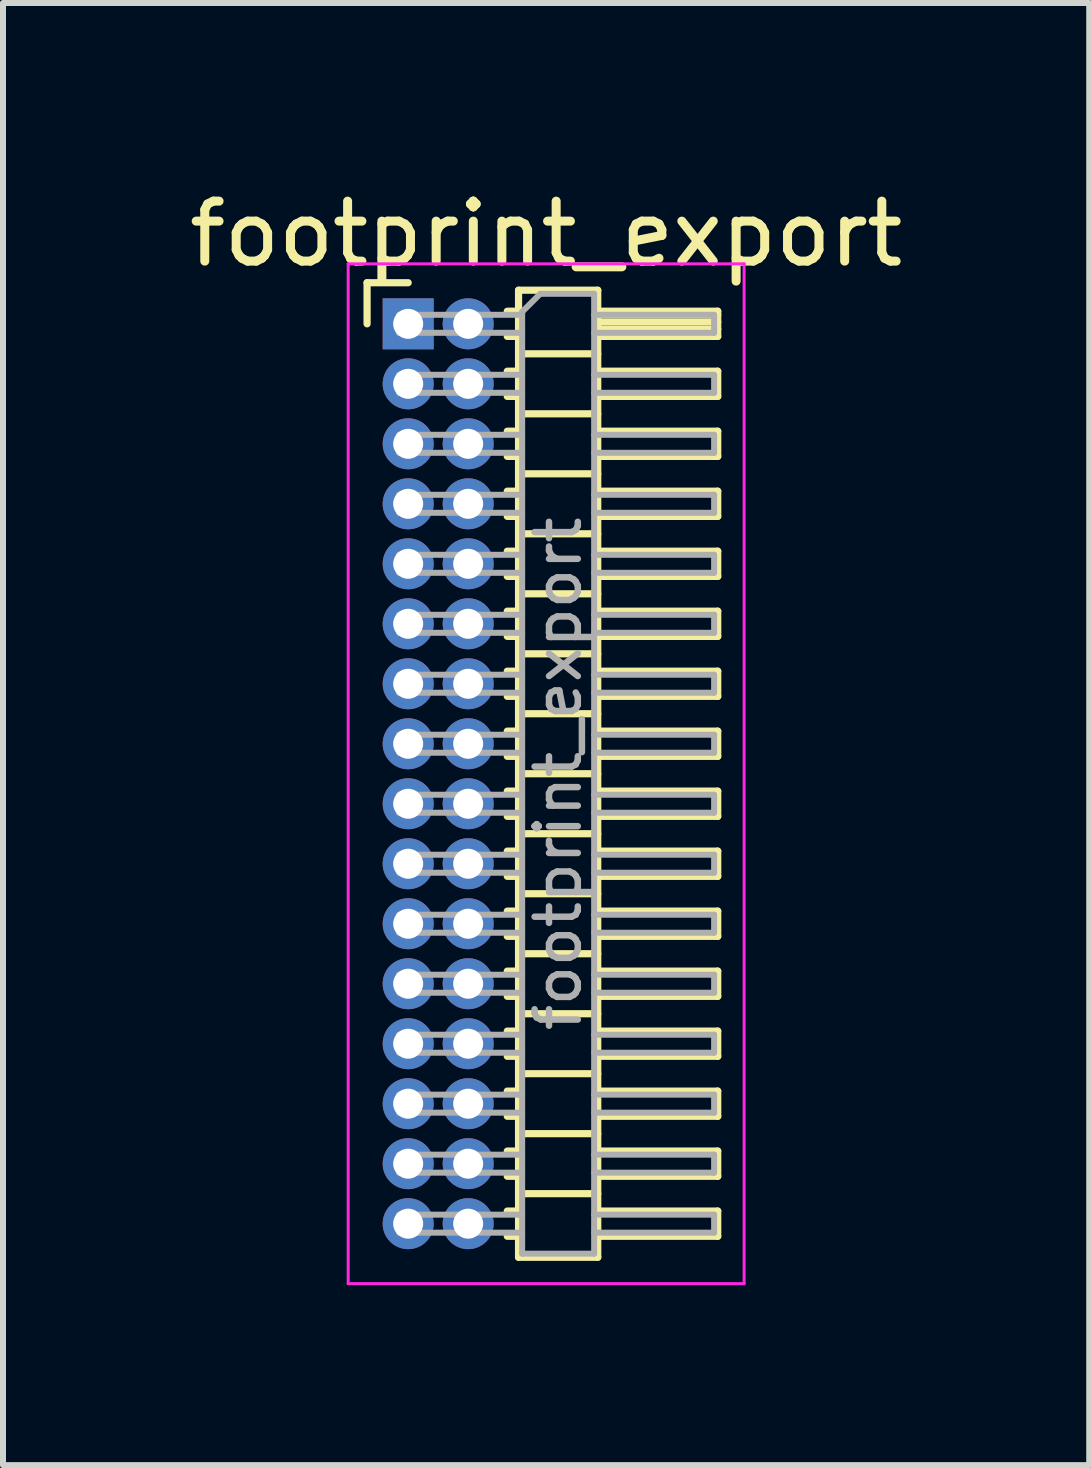
<source format=kicad_pcb>
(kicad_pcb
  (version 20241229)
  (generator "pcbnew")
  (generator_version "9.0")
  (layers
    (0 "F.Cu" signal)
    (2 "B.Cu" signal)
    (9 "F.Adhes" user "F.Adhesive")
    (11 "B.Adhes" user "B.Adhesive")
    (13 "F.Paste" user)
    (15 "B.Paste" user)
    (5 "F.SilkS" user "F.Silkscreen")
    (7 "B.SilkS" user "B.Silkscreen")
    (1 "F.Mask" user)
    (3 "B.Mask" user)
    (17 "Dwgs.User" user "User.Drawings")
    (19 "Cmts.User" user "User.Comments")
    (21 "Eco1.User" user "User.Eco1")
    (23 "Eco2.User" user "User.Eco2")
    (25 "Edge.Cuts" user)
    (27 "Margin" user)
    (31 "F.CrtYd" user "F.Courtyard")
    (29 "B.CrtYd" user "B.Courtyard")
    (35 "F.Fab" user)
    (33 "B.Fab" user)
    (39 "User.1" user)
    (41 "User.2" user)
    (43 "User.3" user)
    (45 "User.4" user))
  (footprint "footprint_export"
    (layer "F.Cu")
    (at 3.754 2.348)
    (property "Reference" "footprint_export" (at 2.3 -1.5 0) (layer "F.SilkS") (effects (font (size 1 1) (thickness 0.15))))
    (attr through_hole)
    (fp_line (start -0.685 -0.685) (end 0 -0.685) (stroke (width 0.12) (type solid)) (layer "F.SilkS"))
    (fp_line (start -0.685 0) (end -0.685 -0.685) (stroke (width 0.12) (type solid)) (layer "F.SilkS"))
    (fp_line (start 1.652 -0.21) (end 1.84 -0.21) (stroke (width 0.12) (type solid)) (layer "F.SilkS"))
    (fp_line (start 1.652 0.21) (end 1.84 0.21) (stroke (width 0.12) (type solid)) (layer "F.SilkS"))
    (fp_line (start 1.652 0.79) (end 1.84 0.79) (stroke (width 0.12) (type solid)) (layer "F.SilkS"))
    (fp_line (start 1.652 1.21) (end 1.84 1.21) (stroke (width 0.12) (type solid)) (layer "F.SilkS"))
    (fp_line (start 1.652 1.79) (end 1.84 1.79) (stroke (width 0.12) (type solid)) (layer "F.SilkS"))
    (fp_line (start 1.652 2.21) (end 1.84 2.21) (stroke (width 0.12) (type solid)) (layer "F.SilkS"))
    (fp_line (start 1.652 2.79) (end 1.84 2.79) (stroke (width 0.12) (type solid)) (layer "F.SilkS"))
    (fp_line (start 1.652 3.21) (end 1.84 3.21) (stroke (width 0.12) (type solid)) (layer "F.SilkS"))
    (fp_line (start 1.652 3.79) (end 1.84 3.79) (stroke (width 0.12) (type solid)) (layer "F.SilkS"))
    (fp_line (start 1.652 4.21) (end 1.84 4.21) (stroke (width 0.12) (type solid)) (layer "F.SilkS"))
    (fp_line (start 1.652 4.79) (end 1.84 4.79) (stroke (width 0.12) (type solid)) (layer "F.SilkS"))
    (fp_line (start 1.652 5.21) (end 1.84 5.21) (stroke (width 0.12) (type solid)) (layer "F.SilkS"))
    (fp_line (start 1.652 5.79) (end 1.84 5.79) (stroke (width 0.12) (type solid)) (layer "F.SilkS"))
    (fp_line (start 1.652 6.21) (end 1.84 6.21) (stroke (width 0.12) (type solid)) (layer "F.SilkS"))
    (fp_line (start 1.652 6.79) (end 1.84 6.79) (stroke (width 0.12) (type solid)) (layer "F.SilkS"))
    (fp_line (start 1.652 7.21) (end 1.84 7.21) (stroke (width 0.12) (type solid)) (layer "F.SilkS"))
    (fp_line (start 1.652 7.79) (end 1.84 7.79) (stroke (width 0.12) (type solid)) (layer "F.SilkS"))
    (fp_line (start 1.652 8.21) (end 1.84 8.21) (stroke (width 0.12) (type solid)) (layer "F.SilkS"))
    (fp_line (start 1.652 8.79) (end 1.84 8.79) (stroke (width 0.12) (type solid)) (layer "F.SilkS"))
    (fp_line (start 1.652 9.21) (end 1.84 9.21) (stroke (width 0.12) (type solid)) (layer "F.SilkS"))
    (fp_line (start 1.652 9.79) (end 1.84 9.79) (stroke (width 0.12) (type solid)) (layer "F.SilkS"))
    (fp_line (start 1.652 10.21) (end 1.84 10.21) (stroke (width 0.12) (type solid)) (layer "F.SilkS"))
    (fp_line (start 1.652 10.79) (end 1.84 10.79) (stroke (width 0.12) (type solid)) (layer "F.SilkS"))
    (fp_line (start 1.652 11.21) (end 1.84 11.21) (stroke (width 0.12) (type solid)) (layer "F.SilkS"))
    (fp_line (start 1.652 11.79) (end 1.84 11.79) (stroke (width 0.12) (type solid)) (layer "F.SilkS"))
    (fp_line (start 1.652 12.21) (end 1.84 12.21) (stroke (width 0.12) (type solid)) (layer "F.SilkS"))
    (fp_line (start 1.652 12.79) (end 1.84 12.79) (stroke (width 0.12) (type solid)) (layer "F.SilkS"))
    (fp_line (start 1.652 13.21) (end 1.84 13.21) (stroke (width 0.12) (type solid)) (layer "F.SilkS"))
    (fp_line (start 1.652 13.79) (end 1.84 13.79) (stroke (width 0.12) (type solid)) (layer "F.SilkS"))
    (fp_line (start 1.652 14.21) (end 1.84 14.21) (stroke (width 0.12) (type solid)) (layer "F.SilkS"))
    (fp_line (start 1.652 14.79) (end 1.84 14.79) (stroke (width 0.12) (type solid)) (layer "F.SilkS"))
    (fp_line (start 1.652 15.21) (end 1.84 15.21) (stroke (width 0.12) (type solid)) (layer "F.SilkS"))
    (fp_line (start 1.84 -0.56) (end 1.84 15.56) (stroke (width 0.12) (type solid)) (layer "F.SilkS"))
    (fp_line (start 1.84 0.5) (end 3.16 0.5) (stroke (width 0.12) (type solid)) (layer "F.SilkS"))
    (fp_line (start 1.84 1.5) (end 3.16 1.5) (stroke (width 0.12) (type solid)) (layer "F.SilkS"))
    (fp_line (start 1.84 2.5) (end 3.16 2.5) (stroke (width 0.12) (type solid)) (layer "F.SilkS"))
    (fp_line (start 1.84 3.5) (end 3.16 3.5) (stroke (width 0.12) (type solid)) (layer "F.SilkS"))
    (fp_line (start 1.84 4.5) (end 3.16 4.5) (stroke (width 0.12) (type solid)) (layer "F.SilkS"))
    (fp_line (start 1.84 5.5) (end 3.16 5.5) (stroke (width 0.12) (type solid)) (layer "F.SilkS"))
    (fp_line (start 1.84 6.5) (end 3.16 6.5) (stroke (width 0.12) (type solid)) (layer "F.SilkS"))
    (fp_line (start 1.84 7.5) (end 3.16 7.5) (stroke (width 0.12) (type solid)) (layer "F.SilkS"))
    (fp_line (start 1.84 8.5) (end 3.16 8.5) (stroke (width 0.12) (type solid)) (layer "F.SilkS"))
    (fp_line (start 1.84 9.5) (end 3.16 9.5) (stroke (width 0.12) (type solid)) (layer "F.SilkS"))
    (fp_line (start 1.84 10.5) (end 3.16 10.5) (stroke (width 0.12) (type solid)) (layer "F.SilkS"))
    (fp_line (start 1.84 11.5) (end 3.16 11.5) (stroke (width 0.12) (type solid)) (layer "F.SilkS"))
    (fp_line (start 1.84 12.5) (end 3.16 12.5) (stroke (width 0.12) (type solid)) (layer "F.SilkS"))
    (fp_line (start 1.84 13.5) (end 3.16 13.5) (stroke (width 0.12) (type solid)) (layer "F.SilkS"))
    (fp_line (start 1.84 14.5) (end 3.16 14.5) (stroke (width 0.12) (type solid)) (layer "F.SilkS"))
    (fp_line (start 1.84 15.56) (end 3.16 15.56) (stroke (width 0.12) (type solid)) (layer "F.SilkS"))
    (fp_line (start 3.16 -0.56) (end 1.84 -0.56) (stroke (width 0.12) (type solid)) (layer "F.SilkS"))
    (fp_line (start 3.16 -0.21) (end 5.16 -0.21) (stroke (width 0.12) (type solid)) (layer "F.SilkS"))
    (fp_line (start 3.16 -0.15) (end 5.16 -0.15) (stroke (width 0.12) (type solid)) (layer "F.SilkS"))
    (fp_line (start 3.16 -0.03) (end 5.16 -0.03) (stroke (width 0.12) (type solid)) (layer "F.SilkS"))
    (fp_line (start 3.16 0.09) (end 5.16 0.09) (stroke (width 0.12) (type solid)) (layer "F.SilkS"))
    (fp_line (start 3.16 0.79) (end 5.16 0.79) (stroke (width 0.12) (type solid)) (layer "F.SilkS"))
    (fp_line (start 3.16 1.79) (end 5.16 1.79) (stroke (width 0.12) (type solid)) (layer "F.SilkS"))
    (fp_line (start 3.16 2.79) (end 5.16 2.79) (stroke (width 0.12) (type solid)) (layer "F.SilkS"))
    (fp_line (start 3.16 3.79) (end 5.16 3.79) (stroke (width 0.12) (type solid)) (layer "F.SilkS"))
    (fp_line (start 3.16 4.79) (end 5.16 4.79) (stroke (width 0.12) (type solid)) (layer "F.SilkS"))
    (fp_line (start 3.16 5.79) (end 5.16 5.79) (stroke (width 0.12) (type solid)) (layer "F.SilkS"))
    (fp_line (start 3.16 6.79) (end 5.16 6.79) (stroke (width 0.12) (type solid)) (layer "F.SilkS"))
    (fp_line (start 3.16 7.79) (end 5.16 7.79) (stroke (width 0.12) (type solid)) (layer "F.SilkS"))
    (fp_line (start 3.16 8.79) (end 5.16 8.79) (stroke (width 0.12) (type solid)) (layer "F.SilkS"))
    (fp_line (start 3.16 9.79) (end 5.16 9.79) (stroke (width 0.12) (type solid)) (layer "F.SilkS"))
    (fp_line (start 3.16 10.79) (end 5.16 10.79) (stroke (width 0.12) (type solid)) (layer "F.SilkS"))
    (fp_line (start 3.16 11.79) (end 5.16 11.79) (stroke (width 0.12) (type solid)) (layer "F.SilkS"))
    (fp_line (start 3.16 12.79) (end 5.16 12.79) (stroke (width 0.12) (type solid)) (layer "F.SilkS"))
    (fp_line (start 3.16 13.79) (end 5.16 13.79) (stroke (width 0.12) (type solid)) (layer "F.SilkS"))
    (fp_line (start 3.16 14.79) (end 5.16 14.79) (stroke (width 0.12) (type solid)) (layer "F.SilkS"))
    (fp_line (start 3.16 15.56) (end 3.16 -0.56) (stroke (width 0.12) (type solid)) (layer "F.SilkS"))
    (fp_line (start 5.16 -0.21) (end 5.16 0.21) (stroke (width 0.12) (type solid)) (layer "F.SilkS"))
    (fp_line (start 5.16 0.21) (end 3.16 0.21) (stroke (width 0.12) (type solid)) (layer "F.SilkS"))
    (fp_line (start 5.16 0.79) (end 5.16 1.21) (stroke (width 0.12) (type solid)) (layer "F.SilkS"))
    (fp_line (start 5.16 1.21) (end 3.16 1.21) (stroke (width 0.12) (type solid)) (layer "F.SilkS"))
    (fp_line (start 5.16 1.79) (end 5.16 2.21) (stroke (width 0.12) (type solid)) (layer "F.SilkS"))
    (fp_line (start 5.16 2.21) (end 3.16 2.21) (stroke (width 0.12) (type solid)) (layer "F.SilkS"))
    (fp_line (start 5.16 2.79) (end 5.16 3.21) (stroke (width 0.12) (type solid)) (layer "F.SilkS"))
    (fp_line (start 5.16 3.21) (end 3.16 3.21) (stroke (width 0.12) (type solid)) (layer "F.SilkS"))
    (fp_line (start 5.16 3.79) (end 5.16 4.21) (stroke (width 0.12) (type solid)) (layer "F.SilkS"))
    (fp_line (start 5.16 4.21) (end 3.16 4.21) (stroke (width 0.12) (type solid)) (layer "F.SilkS"))
    (fp_line (start 5.16 4.79) (end 5.16 5.21) (stroke (width 0.12) (type solid)) (layer "F.SilkS"))
    (fp_line (start 5.16 5.21) (end 3.16 5.21) (stroke (width 0.12) (type solid)) (layer "F.SilkS"))
    (fp_line (start 5.16 5.79) (end 5.16 6.21) (stroke (width 0.12) (type solid)) (layer "F.SilkS"))
    (fp_line (start 5.16 6.21) (end 3.16 6.21) (stroke (width 0.12) (type solid)) (layer "F.SilkS"))
    (fp_line (start 5.16 6.79) (end 5.16 7.21) (stroke (width 0.12) (type solid)) (layer "F.SilkS"))
    (fp_line (start 5.16 7.21) (end 3.16 7.21) (stroke (width 0.12) (type solid)) (layer "F.SilkS"))
    (fp_line (start 5.16 7.79) (end 5.16 8.21) (stroke (width 0.12) (type solid)) (layer "F.SilkS"))
    (fp_line (start 5.16 8.21) (end 3.16 8.21) (stroke (width 0.12) (type solid)) (layer "F.SilkS"))
    (fp_line (start 5.16 8.79) (end 5.16 9.21) (stroke (width 0.12) (type solid)) (layer "F.SilkS"))
    (fp_line (start 5.16 9.21) (end 3.16 9.21) (stroke (width 0.12) (type solid)) (layer "F.SilkS"))
    (fp_line (start 5.16 9.79) (end 5.16 10.21) (stroke (width 0.12) (type solid)) (layer "F.SilkS"))
    (fp_line (start 5.16 10.21) (end 3.16 10.21) (stroke (width 0.12) (type solid)) (layer "F.SilkS"))
    (fp_line (start 5.16 10.79) (end 5.16 11.21) (stroke (width 0.12) (type solid)) (layer "F.SilkS"))
    (fp_line (start 5.16 11.21) (end 3.16 11.21) (stroke (width 0.12) (type solid)) (layer "F.SilkS"))
    (fp_line (start 5.16 11.79) (end 5.16 12.21) (stroke (width 0.12) (type solid)) (layer "F.SilkS"))
    (fp_line (start 5.16 12.21) (end 3.16 12.21) (stroke (width 0.12) (type solid)) (layer "F.SilkS"))
    (fp_line (start 5.16 12.79) (end 5.16 13.21) (stroke (width 0.12) (type solid)) (layer "F.SilkS"))
    (fp_line (start 5.16 13.21) (end 3.16 13.21) (stroke (width 0.12) (type solid)) (layer "F.SilkS"))
    (fp_line (start 5.16 13.79) (end 5.16 14.21) (stroke (width 0.12) (type solid)) (layer "F.SilkS"))
    (fp_line (start 5.16 14.21) (end 3.16 14.21) (stroke (width 0.12) (type solid)) (layer "F.SilkS"))
    (fp_line (start 5.16 14.79) (end 5.16 15.21) (stroke (width 0.12) (type solid)) (layer "F.SilkS"))
    (fp_line (start 5.16 15.21) (end 3.16 15.21) (stroke (width 0.12) (type solid)) (layer "F.SilkS"))
    (fp_line (start -1 -1) (end -1 16) (stroke (width 0.05) (type solid)) (layer "F.CrtYd"))
    (fp_line (start -1 16) (end 5.6 16) (stroke (width 0.05) (type solid)) (layer "F.CrtYd"))
    (fp_line (start 5.6 -1) (end -1 -1) (stroke (width 0.05) (type solid)) (layer "F.CrtYd"))
    (fp_line (start 5.6 16) (end 5.6 -1) (stroke (width 0.05) (type solid)) (layer "F.CrtYd"))
    (fp_line (start -0.15 -0.15) (end -0.15 0.15) (stroke (width 0.1) (type solid)) (layer "F.Fab"))
    (fp_line (start -0.15 -0.15) (end 1.9 -0.15) (stroke (width 0.1) (type solid)) (layer "F.Fab"))
    (fp_line (start -0.15 0.15) (end 1.9 0.15) (stroke (width 0.1) (type solid)) (layer "F.Fab"))
    (fp_line (start -0.15 0.85) (end -0.15 1.15) (stroke (width 0.1) (type solid)) (layer "F.Fab"))
    (fp_line (start -0.15 0.85) (end 1.9 0.85) (stroke (width 0.1) (type solid)) (layer "F.Fab"))
    (fp_line (start -0.15 1.15) (end 1.9 1.15) (stroke (width 0.1) (type solid)) (layer "F.Fab"))
    (fp_line (start -0.15 1.85) (end -0.15 2.15) (stroke (width 0.1) (type solid)) (layer "F.Fab"))
    (fp_line (start -0.15 1.85) (end 1.9 1.85) (stroke (width 0.1) (type solid)) (layer "F.Fab"))
    (fp_line (start -0.15 2.15) (end 1.9 2.15) (stroke (width 0.1) (type solid)) (layer "F.Fab"))
    (fp_line (start -0.15 2.85) (end -0.15 3.15) (stroke (width 0.1) (type solid)) (layer "F.Fab"))
    (fp_line (start -0.15 2.85) (end 1.9 2.85) (stroke (width 0.1) (type solid)) (layer "F.Fab"))
    (fp_line (start -0.15 3.15) (end 1.9 3.15) (stroke (width 0.1) (type solid)) (layer "F.Fab"))
    (fp_line (start -0.15 3.85) (end -0.15 4.15) (stroke (width 0.1) (type solid)) (layer "F.Fab"))
    (fp_line (start -0.15 3.85) (end 1.9 3.85) (stroke (width 0.1) (type solid)) (layer "F.Fab"))
    (fp_line (start -0.15 4.15) (end 1.9 4.15) (stroke (width 0.1) (type solid)) (layer "F.Fab"))
    (fp_line (start -0.15 4.85) (end -0.15 5.15) (stroke (width 0.1) (type solid)) (layer "F.Fab"))
    (fp_line (start -0.15 4.85) (end 1.9 4.85) (stroke (width 0.1) (type solid)) (layer "F.Fab"))
    (fp_line (start -0.15 5.15) (end 1.9 5.15) (stroke (width 0.1) (type solid)) (layer "F.Fab"))
    (fp_line (start -0.15 5.85) (end -0.15 6.15) (stroke (width 0.1) (type solid)) (layer "F.Fab"))
    (fp_line (start -0.15 5.85) (end 1.9 5.85) (stroke (width 0.1) (type solid)) (layer "F.Fab"))
    (fp_line (start -0.15 6.15) (end 1.9 6.15) (stroke (width 0.1) (type solid)) (layer "F.Fab"))
    (fp_line (start -0.15 6.85) (end -0.15 7.15) (stroke (width 0.1) (type solid)) (layer "F.Fab"))
    (fp_line (start -0.15 6.85) (end 1.9 6.85) (stroke (width 0.1) (type solid)) (layer "F.Fab"))
    (fp_line (start -0.15 7.15) (end 1.9 7.15) (stroke (width 0.1) (type solid)) (layer "F.Fab"))
    (fp_line (start -0.15 7.85) (end -0.15 8.15) (stroke (width 0.1) (type solid)) (layer "F.Fab"))
    (fp_line (start -0.15 7.85) (end 1.9 7.85) (stroke (width 0.1) (type solid)) (layer "F.Fab"))
    (fp_line (start -0.15 8.15) (end 1.9 8.15) (stroke (width 0.1) (type solid)) (layer "F.Fab"))
    (fp_line (start -0.15 8.85) (end -0.15 9.15) (stroke (width 0.1) (type solid)) (layer "F.Fab"))
    (fp_line (start -0.15 8.85) (end 1.9 8.85) (stroke (width 0.1) (type solid)) (layer "F.Fab"))
    (fp_line (start -0.15 9.15) (end 1.9 9.15) (stroke (width 0.1) (type solid)) (layer "F.Fab"))
    (fp_line (start -0.15 9.85) (end -0.15 10.15) (stroke (width 0.1) (type solid)) (layer "F.Fab"))
    (fp_line (start -0.15 9.85) (end 1.9 9.85) (stroke (width 0.1) (type solid)) (layer "F.Fab"))
    (fp_line (start -0.15 10.15) (end 1.9 10.15) (stroke (width 0.1) (type solid)) (layer "F.Fab"))
    (fp_line (start -0.15 10.85) (end -0.15 11.15) (stroke (width 0.1) (type solid)) (layer "F.Fab"))
    (fp_line (start -0.15 10.85) (end 1.9 10.85) (stroke (width 0.1) (type solid)) (layer "F.Fab"))
    (fp_line (start -0.15 11.15) (end 1.9 11.15) (stroke (width 0.1) (type solid)) (layer "F.Fab"))
    (fp_line (start -0.15 11.85) (end -0.15 12.15) (stroke (width 0.1) (type solid)) (layer "F.Fab"))
    (fp_line (start -0.15 11.85) (end 1.9 11.85) (stroke (width 0.1) (type solid)) (layer "F.Fab"))
    (fp_line (start -0.15 12.15) (end 1.9 12.15) (stroke (width 0.1) (type solid)) (layer "F.Fab"))
    (fp_line (start -0.15 12.85) (end -0.15 13.15) (stroke (width 0.1) (type solid)) (layer "F.Fab"))
    (fp_line (start -0.15 12.85) (end 1.9 12.85) (stroke (width 0.1) (type solid)) (layer "F.Fab"))
    (fp_line (start -0.15 13.15) (end 1.9 13.15) (stroke (width 0.1) (type solid)) (layer "F.Fab"))
    (fp_line (start -0.15 13.85) (end -0.15 14.15) (stroke (width 0.1) (type solid)) (layer "F.Fab"))
    (fp_line (start -0.15 13.85) (end 1.9 13.85) (stroke (width 0.1) (type solid)) (layer "F.Fab"))
    (fp_line (start -0.15 14.15) (end 1.9 14.15) (stroke (width 0.1) (type solid)) (layer "F.Fab"))
    (fp_line (start -0.15 14.85) (end -0.15 15.15) (stroke (width 0.1) (type solid)) (layer "F.Fab"))
    (fp_line (start -0.15 14.85) (end 1.9 14.85) (stroke (width 0.1) (type solid)) (layer "F.Fab"))
    (fp_line (start -0.15 15.15) (end 1.9 15.15) (stroke (width 0.1) (type solid)) (layer "F.Fab"))
    (fp_line (start 1.9 -0.2) (end 2.2 -0.5) (stroke (width 0.1) (type solid)) (layer "F.Fab"))
    (fp_line (start 1.9 15.5) (end 1.9 -0.2) (stroke (width 0.1) (type solid)) (layer "F.Fab"))
    (fp_line (start 2.2 -0.5) (end 3.1 -0.5) (stroke (width 0.1) (type solid)) (layer "F.Fab"))
    (fp_line (start 3.1 -0.5) (end 3.1 15.5) (stroke (width 0.1) (type solid)) (layer "F.Fab"))
    (fp_line (start 3.1 -0.15) (end 5.1 -0.15) (stroke (width 0.1) (type solid)) (layer "F.Fab"))
    (fp_line (start 3.1 0.15) (end 5.1 0.15) (stroke (width 0.1) (type solid)) (layer "F.Fab"))
    (fp_line (start 3.1 0.85) (end 5.1 0.85) (stroke (width 0.1) (type solid)) (layer "F.Fab"))
    (fp_line (start 3.1 1.15) (end 5.1 1.15) (stroke (width 0.1) (type solid)) (layer "F.Fab"))
    (fp_line (start 3.1 1.85) (end 5.1 1.85) (stroke (width 0.1) (type solid)) (layer "F.Fab"))
    (fp_line (start 3.1 2.15) (end 5.1 2.15) (stroke (width 0.1) (type solid)) (layer "F.Fab"))
    (fp_line (start 3.1 2.85) (end 5.1 2.85) (stroke (width 0.1) (type solid)) (layer "F.Fab"))
    (fp_line (start 3.1 3.15) (end 5.1 3.15) (stroke (width 0.1) (type solid)) (layer "F.Fab"))
    (fp_line (start 3.1 3.85) (end 5.1 3.85) (stroke (width 0.1) (type solid)) (layer "F.Fab"))
    (fp_line (start 3.1 4.15) (end 5.1 4.15) (stroke (width 0.1) (type solid)) (layer "F.Fab"))
    (fp_line (start 3.1 4.85) (end 5.1 4.85) (stroke (width 0.1) (type solid)) (layer "F.Fab"))
    (fp_line (start 3.1 5.15) (end 5.1 5.15) (stroke (width 0.1) (type solid)) (layer "F.Fab"))
    (fp_line (start 3.1 5.85) (end 5.1 5.85) (stroke (width 0.1) (type solid)) (layer "F.Fab"))
    (fp_line (start 3.1 6.15) (end 5.1 6.15) (stroke (width 0.1) (type solid)) (layer "F.Fab"))
    (fp_line (start 3.1 6.85) (end 5.1 6.85) (stroke (width 0.1) (type solid)) (layer "F.Fab"))
    (fp_line (start 3.1 7.15) (end 5.1 7.15) (stroke (width 0.1) (type solid)) (layer "F.Fab"))
    (fp_line (start 3.1 7.85) (end 5.1 7.85) (stroke (width 0.1) (type solid)) (layer "F.Fab"))
    (fp_line (start 3.1 8.15) (end 5.1 8.15) (stroke (width 0.1) (type solid)) (layer "F.Fab"))
    (fp_line (start 3.1 8.85) (end 5.1 8.85) (stroke (width 0.1) (type solid)) (layer "F.Fab"))
    (fp_line (start 3.1 9.15) (end 5.1 9.15) (stroke (width 0.1) (type solid)) (layer "F.Fab"))
    (fp_line (start 3.1 9.85) (end 5.1 9.85) (stroke (width 0.1) (type solid)) (layer "F.Fab"))
    (fp_line (start 3.1 10.15) (end 5.1 10.15) (stroke (width 0.1) (type solid)) (layer "F.Fab"))
    (fp_line (start 3.1 10.85) (end 5.1 10.85) (stroke (width 0.1) (type solid)) (layer "F.Fab"))
    (fp_line (start 3.1 11.15) (end 5.1 11.15) (stroke (width 0.1) (type solid)) (layer "F.Fab"))
    (fp_line (start 3.1 11.85) (end 5.1 11.85) (stroke (width 0.1) (type solid)) (layer "F.Fab"))
    (fp_line (start 3.1 12.15) (end 5.1 12.15) (stroke (width 0.1) (type solid)) (layer "F.Fab"))
    (fp_line (start 3.1 12.85) (end 5.1 12.85) (stroke (width 0.1) (type solid)) (layer "F.Fab"))
    (fp_line (start 3.1 13.15) (end 5.1 13.15) (stroke (width 0.1) (type solid)) (layer "F.Fab"))
    (fp_line (start 3.1 13.85) (end 5.1 13.85) (stroke (width 0.1) (type solid)) (layer "F.Fab"))
    (fp_line (start 3.1 14.15) (end 5.1 14.15) (stroke (width 0.1) (type solid)) (layer "F.Fab"))
    (fp_line (start 3.1 14.85) (end 5.1 14.85) (stroke (width 0.1) (type solid)) (layer "F.Fab"))
    (fp_line (start 3.1 15.15) (end 5.1 15.15) (stroke (width 0.1) (type solid)) (layer "F.Fab"))
    (fp_line (start 3.1 15.5) (end 1.9 15.5) (stroke (width 0.1) (type solid)) (layer "F.Fab"))
    (fp_line (start 5.1 -0.15) (end 5.1 0.15) (stroke (width 0.1) (type solid)) (layer "F.Fab"))
    (fp_line (start 5.1 0.85) (end 5.1 1.15) (stroke (width 0.1) (type solid)) (layer "F.Fab"))
    (fp_line (start 5.1 1.85) (end 5.1 2.15) (stroke (width 0.1) (type solid)) (layer "F.Fab"))
    (fp_line (start 5.1 2.85) (end 5.1 3.15) (stroke (width 0.1) (type solid)) (layer "F.Fab"))
    (fp_line (start 5.1 3.85) (end 5.1 4.15) (stroke (width 0.1) (type solid)) (layer "F.Fab"))
    (fp_line (start 5.1 4.85) (end 5.1 5.15) (stroke (width 0.1) (type solid)) (layer "F.Fab"))
    (fp_line (start 5.1 5.85) (end 5.1 6.15) (stroke (width 0.1) (type solid)) (layer "F.Fab"))
    (fp_line (start 5.1 6.85) (end 5.1 7.15) (stroke (width 0.1) (type solid)) (layer "F.Fab"))
    (fp_line (start 5.1 7.85) (end 5.1 8.15) (stroke (width 0.1) (type solid)) (layer "F.Fab"))
    (fp_line (start 5.1 8.85) (end 5.1 9.15) (stroke (width 0.1) (type solid)) (layer "F.Fab"))
    (fp_line (start 5.1 9.85) (end 5.1 10.15) (stroke (width 0.1) (type solid)) (layer "F.Fab"))
    (fp_line (start 5.1 10.85) (end 5.1 11.15) (stroke (width 0.1) (type solid)) (layer "F.Fab"))
    (fp_line (start 5.1 11.85) (end 5.1 12.15) (stroke (width 0.1) (type solid)) (layer "F.Fab"))
    (fp_line (start 5.1 12.85) (end 5.1 13.15) (stroke (width 0.1) (type solid)) (layer "F.Fab"))
    (fp_line (start 5.1 13.85) (end 5.1 14.15) (stroke (width 0.1) (type solid)) (layer "F.Fab"))
    (fp_line (start 5.1 14.85) (end 5.1 15.15) (stroke (width 0.1) (type solid)) (layer "F.Fab"))
    (fp_text user "${REFERENCE}" (at 2.5 7.5 90) (layer "F.Fab") (effects (font (size 0.72 0.72) (thickness 0.108))))
    (pad "1" thru_hole rect (at 0 0) (size 0.85 0.85) (drill 0.5) (layers "*.Cu" "*.Mask"))
    (pad "2" thru_hole oval (at 1 0) (size 0.85 0.85) (drill 0.5) (layers "*.Cu" "*.Mask"))
    (pad "3" thru_hole oval (at 0 1) (size 0.85 0.85) (drill 0.5) (layers "*.Cu" "*.Mask"))
    (pad "4" thru_hole oval (at 1 1) (size 0.85 0.85) (drill 0.5) (layers "*.Cu" "*.Mask"))
    (pad "5" thru_hole oval (at 0 2) (size 0.85 0.85) (drill 0.5) (layers "*.Cu" "*.Mask"))
    (pad "6" thru_hole oval (at 1 2) (size 0.85 0.85) (drill 0.5) (layers "*.Cu" "*.Mask"))
    (pad "7" thru_hole oval (at 0 3) (size 0.85 0.85) (drill 0.5) (layers "*.Cu" "*.Mask"))
    (pad "8" thru_hole oval (at 1 3) (size 0.85 0.85) (drill 0.5) (layers "*.Cu" "*.Mask"))
    (pad "9" thru_hole oval (at 0 4) (size 0.85 0.85) (drill 0.5) (layers "*.Cu" "*.Mask"))
    (pad "10" thru_hole oval (at 1 4) (size 0.85 0.85) (drill 0.5) (layers "*.Cu" "*.Mask"))
    (pad "11" thru_hole oval (at 0 5) (size 0.85 0.85) (drill 0.5) (layers "*.Cu" "*.Mask"))
    (pad "12" thru_hole oval (at 1 5) (size 0.85 0.85) (drill 0.5) (layers "*.Cu" "*.Mask"))
    (pad "13" thru_hole oval (at 0 6) (size 0.85 0.85) (drill 0.5) (layers "*.Cu" "*.Mask"))
    (pad "14" thru_hole oval (at 1 6) (size 0.85 0.85) (drill 0.5) (layers "*.Cu" "*.Mask"))
    (pad "15" thru_hole oval (at 0 7) (size 0.85 0.85) (drill 0.5) (layers "*.Cu" "*.Mask"))
    (pad "16" thru_hole oval (at 1 7) (size 0.85 0.85) (drill 0.5) (layers "*.Cu" "*.Mask"))
    (pad "17" thru_hole oval (at 0 8) (size 0.85 0.85) (drill 0.5) (layers "*.Cu" "*.Mask"))
    (pad "18" thru_hole oval (at 1 8) (size 0.85 0.85) (drill 0.5) (layers "*.Cu" "*.Mask"))
    (pad "19" thru_hole oval (at 0 9) (size 0.85 0.85) (drill 0.5) (layers "*.Cu" "*.Mask"))
    (pad "20" thru_hole oval (at 1 9) (size 0.85 0.85) (drill 0.5) (layers "*.Cu" "*.Mask"))
    (pad "21" thru_hole oval (at 0 10) (size 0.85 0.85) (drill 0.5) (layers "*.Cu" "*.Mask"))
    (pad "22" thru_hole oval (at 1 10) (size 0.85 0.85) (drill 0.5) (layers "*.Cu" "*.Mask"))
    (pad "23" thru_hole oval (at 0 11) (size 0.85 0.85) (drill 0.5) (layers "*.Cu" "*.Mask"))
    (pad "24" thru_hole oval (at 1 11) (size 0.85 0.85) (drill 0.5) (layers "*.Cu" "*.Mask"))
    (pad "25" thru_hole oval (at 0 12) (size 0.85 0.85) (drill 0.5) (layers "*.Cu" "*.Mask"))
    (pad "26" thru_hole oval (at 1 12) (size 0.85 0.85) (drill 0.5) (layers "*.Cu" "*.Mask"))
    (pad "27" thru_hole oval (at 0 13) (size 0.85 0.85) (drill 0.5) (layers "*.Cu" "*.Mask"))
    (pad "28" thru_hole oval (at 1 13) (size 0.85 0.85) (drill 0.5) (layers "*.Cu" "*.Mask"))
    (pad "29" thru_hole oval (at 0 14) (size 0.85 0.85) (drill 0.5) (layers "*.Cu" "*.Mask"))
    (pad "30" thru_hole oval (at 1 14) (size 0.85 0.85) (drill 0.5) (layers "*.Cu" "*.Mask"))
    (pad "31" thru_hole oval (at 0 15) (size 0.85 0.85) (drill 0.5) (layers "*.Cu" "*.Mask"))
    (pad "32" thru_hole oval (at 1 15) (size 0.85 0.85) (drill 0.5) (layers "*.Cu" "*.Mask")))
  (gr_rect
    (start -3 -3)
    (end 15.107 21.373)
    (stroke (width 0.1) (type default))
    (fill no)
    (layer "Edge.Cuts")))
</source>
